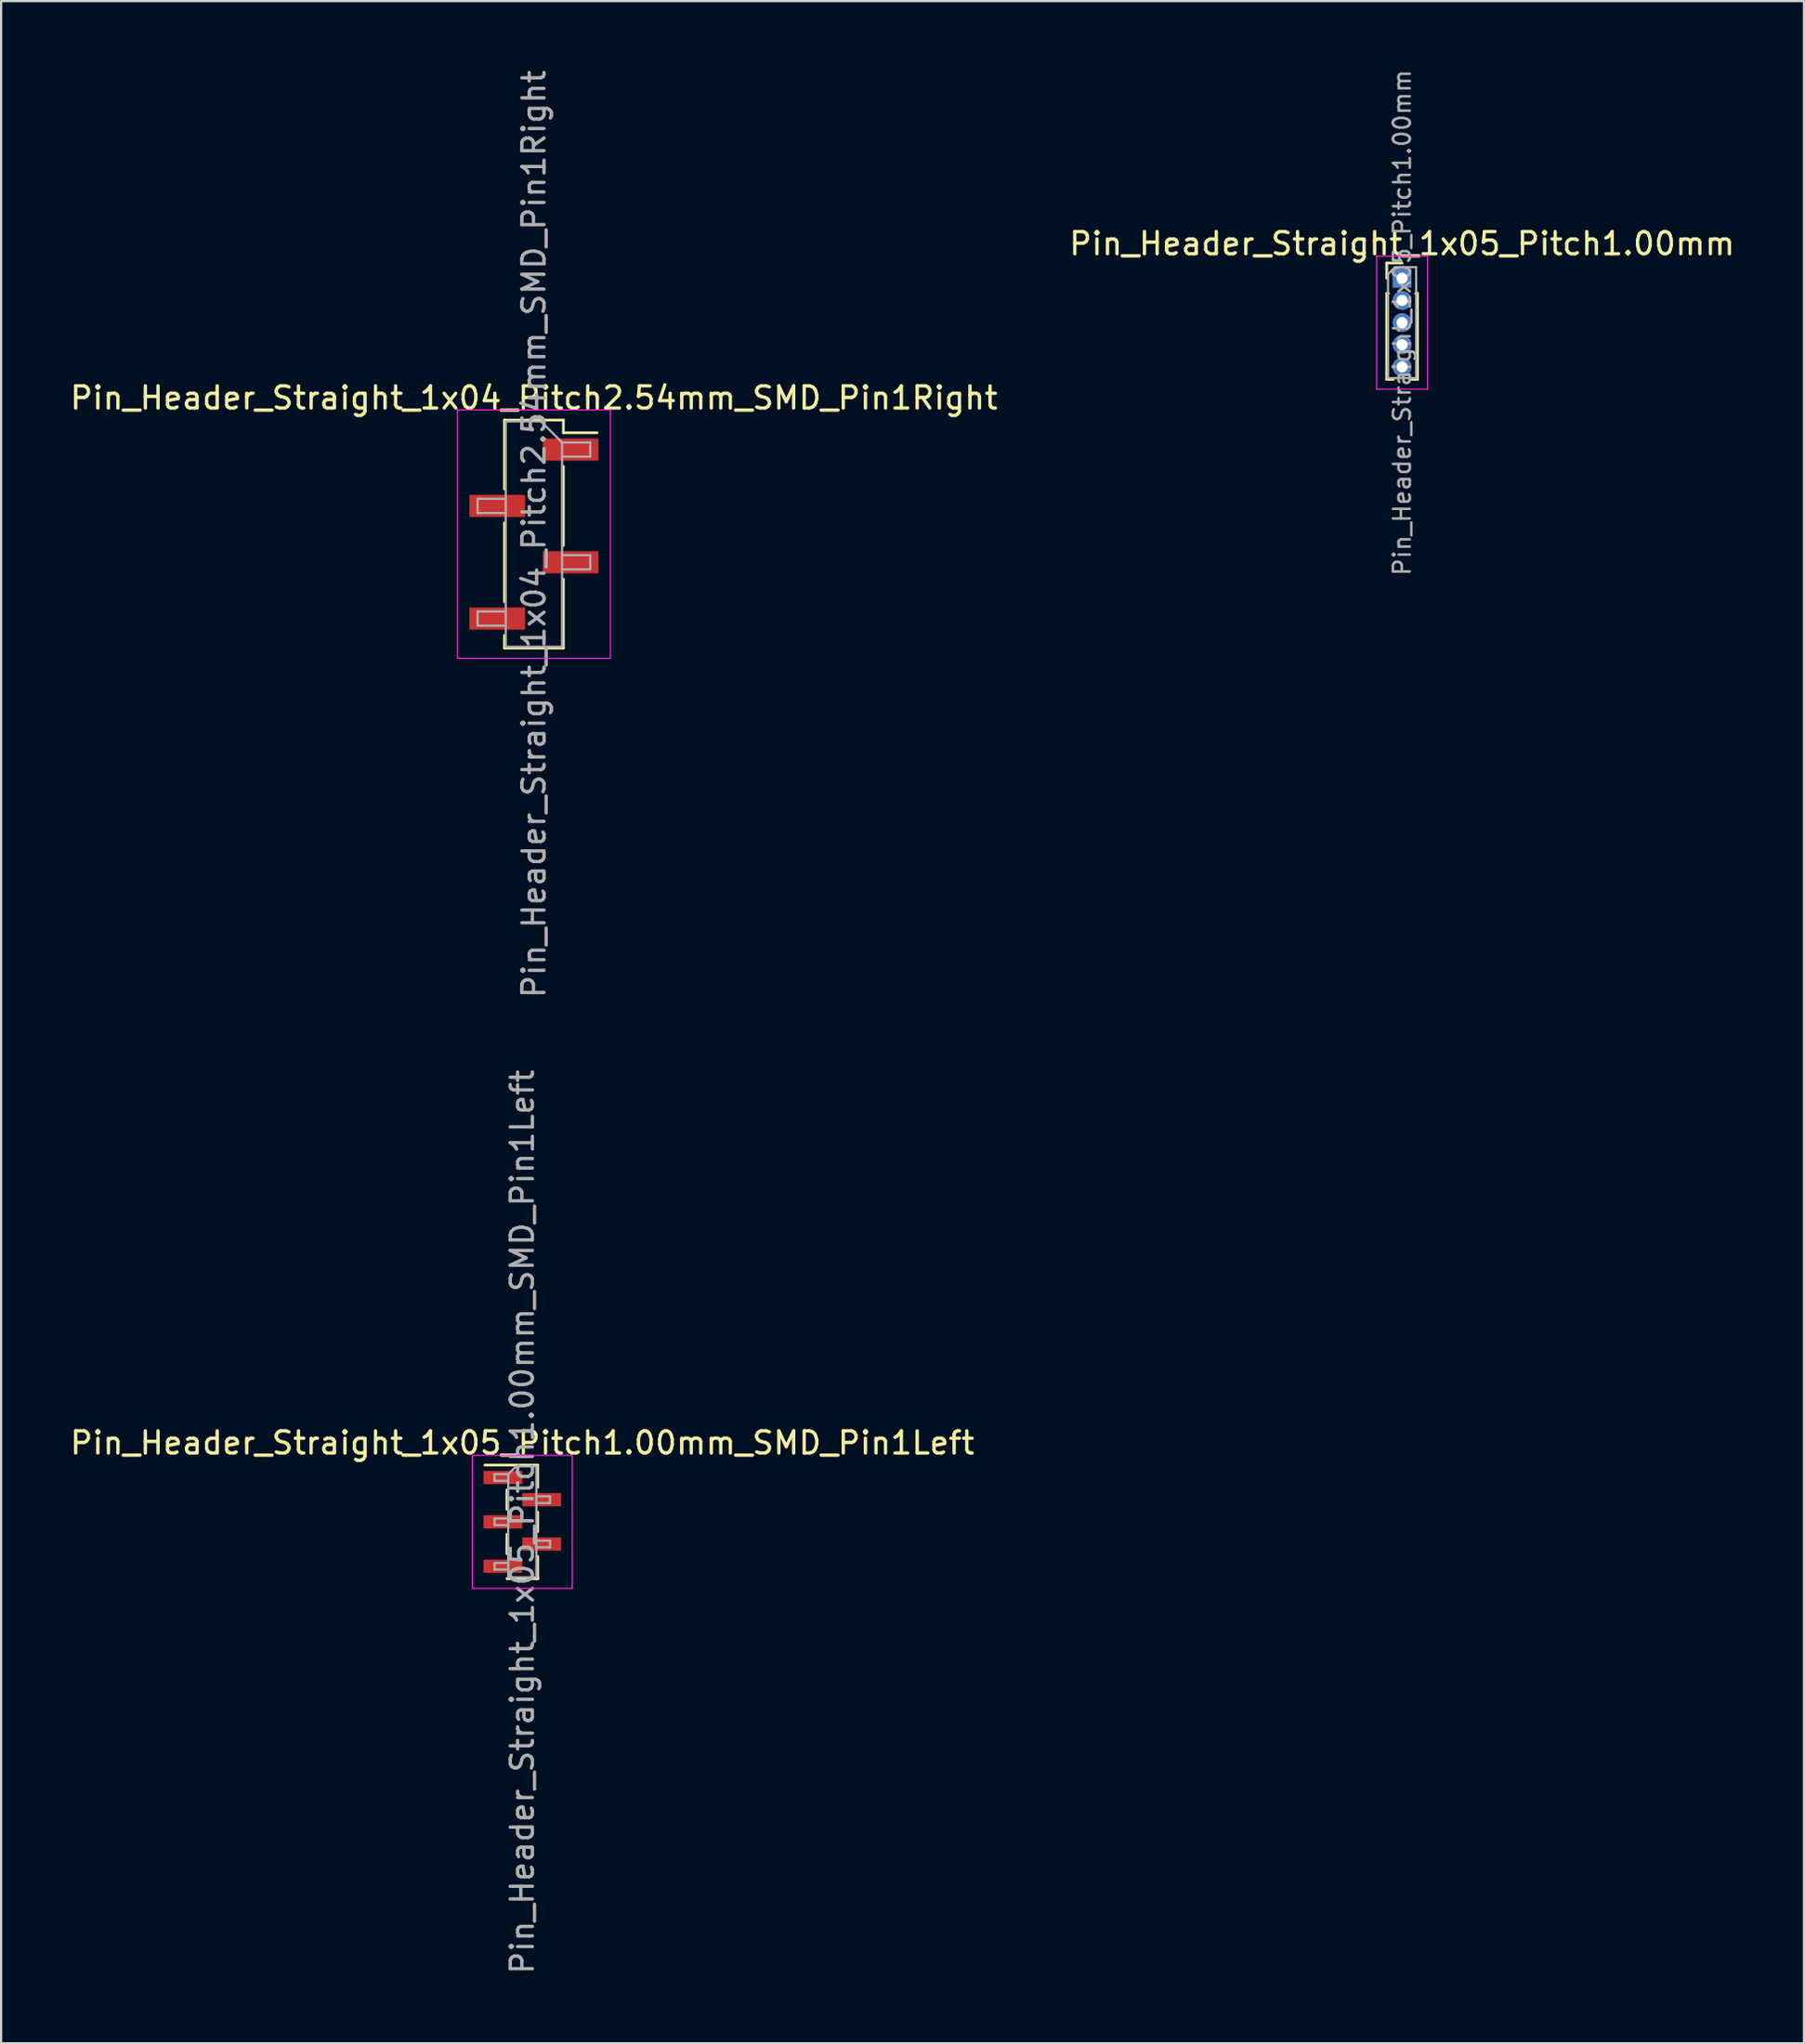
<source format=kicad_pcb>
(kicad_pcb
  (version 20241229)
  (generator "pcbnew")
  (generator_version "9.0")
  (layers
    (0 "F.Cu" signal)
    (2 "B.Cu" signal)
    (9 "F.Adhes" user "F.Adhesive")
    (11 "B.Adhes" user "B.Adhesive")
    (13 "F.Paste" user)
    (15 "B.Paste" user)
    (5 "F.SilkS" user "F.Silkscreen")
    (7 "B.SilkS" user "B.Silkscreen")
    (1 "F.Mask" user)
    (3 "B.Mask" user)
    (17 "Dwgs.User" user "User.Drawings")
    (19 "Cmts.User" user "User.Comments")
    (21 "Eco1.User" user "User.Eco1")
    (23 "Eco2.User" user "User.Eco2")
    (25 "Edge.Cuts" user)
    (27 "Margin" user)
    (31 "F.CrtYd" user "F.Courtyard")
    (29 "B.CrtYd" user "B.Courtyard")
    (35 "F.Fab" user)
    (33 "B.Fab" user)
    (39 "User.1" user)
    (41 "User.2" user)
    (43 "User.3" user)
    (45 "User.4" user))
  (footprint "Pin_Header_Straight_1x04_Pitch2.54mm_SMD_Pin1Right"
    (layer "F.Cu")
    (at 21.03 21.03)
    (property "Reference" "Pin_Header_Straight_1x04_Pitch2.54mm_SMD_Pin1Right" (at 0 -6.14 0) (layer "F.SilkS") (effects (font (size 1 1) (thickness 0.15))))
    (attr smd)
    (fp_line (start -1.33 -5.14) (end -1.33 -2.03) (stroke (width 0.12) (type solid)) (layer "F.SilkS"))
    (fp_line (start -1.33 -5.14) (end 1.33 -5.14) (stroke (width 0.12) (type solid)) (layer "F.SilkS"))
    (fp_line (start -1.33 -0.51) (end -1.33 3.05) (stroke (width 0.12) (type solid)) (layer "F.SilkS"))
    (fp_line (start -1.33 4.57) (end -1.33 5.14) (stroke (width 0.12) (type solid)) (layer "F.SilkS"))
    (fp_line (start -1.33 5.14) (end 1.33 5.14) (stroke (width 0.12) (type solid)) (layer "F.SilkS"))
    (fp_line (start 1.33 -5.14) (end 1.33 -4.57) (stroke (width 0.12) (type solid)) (layer "F.SilkS"))
    (fp_line (start 1.33 -4.57) (end 2.85 -4.57) (stroke (width 0.12) (type solid)) (layer "F.SilkS"))
    (fp_line (start 1.33 -3.05) (end 1.33 0.51) (stroke (width 0.12) (type solid)) (layer "F.SilkS"))
    (fp_line (start 1.33 2.03) (end 1.33 5.14) (stroke (width 0.12) (type solid)) (layer "F.SilkS"))
    (fp_line (start -3.45 -5.6) (end -3.45 5.6) (stroke (width 0.05) (type solid)) (layer "F.CrtYd"))
    (fp_line (start -3.45 5.6) (end 3.45 5.6) (stroke (width 0.05) (type solid)) (layer "F.CrtYd"))
    (fp_line (start 3.45 -5.6) (end -3.45 -5.6) (stroke (width 0.05) (type solid)) (layer "F.CrtYd"))
    (fp_line (start 3.45 5.6) (end 3.45 -5.6) (stroke (width 0.05) (type solid)) (layer "F.CrtYd"))
    (fp_line (start -2.54 -1.59) (end -2.54 -0.95) (stroke (width 0.1) (type solid)) (layer "F.Fab"))
    (fp_line (start -2.54 -0.95) (end -1.27 -0.95) (stroke (width 0.1) (type solid)) (layer "F.Fab"))
    (fp_line (start -2.54 3.49) (end -2.54 4.13) (stroke (width 0.1) (type solid)) (layer "F.Fab"))
    (fp_line (start -2.54 4.13) (end -1.27 4.13) (stroke (width 0.1) (type solid)) (layer "F.Fab"))
    (fp_line (start -1.27 -5.08) (end -1.27 5.08) (stroke (width 0.1) (type solid)) (layer "F.Fab"))
    (fp_line (start -1.27 -5.08) (end 0.32 -5.08) (stroke (width 0.1) (type solid)) (layer "F.Fab"))
    (fp_line (start -1.27 -1.59) (end -2.54 -1.59) (stroke (width 0.1) (type solid)) (layer "F.Fab"))
    (fp_line (start -1.27 3.49) (end -2.54 3.49) (stroke (width 0.1) (type solid)) (layer "F.Fab"))
    (fp_line (start 1.27 -4.13) (end 0.32 -5.08) (stroke (width 0.1) (type solid)) (layer "F.Fab"))
    (fp_line (start 1.27 -4.13) (end 2.54 -4.13) (stroke (width 0.1) (type solid)) (layer "F.Fab"))
    (fp_line (start 1.27 0.95) (end 2.54 0.95) (stroke (width 0.1) (type solid)) (layer "F.Fab"))
    (fp_line (start 1.27 5.08) (end -1.27 5.08) (stroke (width 0.1) (type solid)) (layer "F.Fab"))
    (fp_line (start 1.27 5.08) (end 1.27 -4.13) (stroke (width 0.1) (type solid)) (layer "F.Fab"))
    (fp_line (start 2.54 -4.13) (end 2.54 -3.49) (stroke (width 0.1) (type solid)) (layer "F.Fab"))
    (fp_line (start 2.54 -3.49) (end 1.27 -3.49) (stroke (width 0.1) (type solid)) (layer "F.Fab"))
    (fp_line (start 2.54 0.95) (end 2.54 1.59) (stroke (width 0.1) (type solid)) (layer "F.Fab"))
    (fp_line (start 2.54 1.59) (end 1.27 1.59) (stroke (width 0.1) (type solid)) (layer "F.Fab"))
    (fp_text user "${REFERENCE}" (at 0 0 90) (layer "F.Fab") (effects (font (size 1 1) (thickness 0.15))))
    (pad "1" smd rect (at 1.655 -3.81) (size 2.51 1) (layers "F.Cu" "F.Mask" "F.Paste"))
    (pad "2" smd rect (at -1.655 -1.27) (size 2.51 1) (layers "F.Cu" "F.Mask" "F.Paste"))
    (pad "3" smd rect (at 1.655 1.27) (size 2.51 1) (layers "F.Cu" "F.Mask" "F.Paste"))
    (pad "4" smd rect (at -1.655 3.81) (size 2.51 1) (layers "F.Cu" "F.Mask" "F.Paste")))
  (footprint "Pin_Header_Straight_1x05_Pitch1.00mm_SMD_Pin1Left"
    (layer "F.Cu")
    (at 20.506 65.565)
    (property "Reference" "Pin_Header_Straight_1x05_Pitch1.00mm_SMD_Pin1Left" (at 0 -3.56 0) (layer "F.SilkS") (effects (font (size 1 1) (thickness 0.15))))
    (attr smd)
    (fp_line (start -0.695 -2.56) (end -1.69 -2.56) (stroke (width 0.12) (type solid)) (layer "F.SilkS"))
    (fp_line (start -0.695 -2.56) (end -0.695 -2.56) (stroke (width 0.12) (type solid)) (layer "F.SilkS"))
    (fp_line (start -0.695 -2.56) (end 0.695 -2.56) (stroke (width 0.12) (type solid)) (layer "F.SilkS"))
    (fp_line (start -0.695 -1.44) (end -0.695 -0.56) (stroke (width 0.12) (type solid)) (layer "F.SilkS"))
    (fp_line (start -0.695 0.56) (end -0.695 1.44) (stroke (width 0.12) (type solid)) (layer "F.SilkS"))
    (fp_line (start -0.695 2.56) (end 0.695 2.56) (stroke (width 0.12) (type solid)) (layer "F.SilkS"))
    (fp_line (start 0.695 -2.56) (end 0.695 -1.56) (stroke (width 0.12) (type solid)) (layer "F.SilkS"))
    (fp_line (start 0.695 -0.44) (end 0.695 0.44) (stroke (width 0.12) (type solid)) (layer "F.SilkS"))
    (fp_line (start 0.695 1.56) (end 0.695 2.56) (stroke (width 0.12) (type solid)) (layer "F.SilkS"))
    (fp_line (start 0.695 2.56) (end 0.695 2.56) (stroke (width 0.12) (type solid)) (layer "F.SilkS"))
    (fp_line (start -2.25 -3) (end -2.25 3) (stroke (width 0.05) (type solid)) (layer "F.CrtYd"))
    (fp_line (start -2.25 3) (end 2.25 3) (stroke (width 0.05) (type solid)) (layer "F.CrtYd"))
    (fp_line (start 2.25 -3) (end -2.25 -3) (stroke (width 0.05) (type solid)) (layer "F.CrtYd"))
    (fp_line (start 2.25 3) (end 2.25 -3) (stroke (width 0.05) (type solid)) (layer "F.CrtYd"))
    (fp_line (start -1.25 -2.15) (end -1.25 -1.85) (stroke (width 0.1) (type solid)) (layer "F.Fab"))
    (fp_line (start -1.25 -1.85) (end -0.635 -1.85) (stroke (width 0.1) (type solid)) (layer "F.Fab"))
    (fp_line (start -1.25 -0.15) (end -1.25 0.15) (stroke (width 0.1) (type solid)) (layer "F.Fab"))
    (fp_line (start -1.25 0.15) (end -0.635 0.15) (stroke (width 0.1) (type solid)) (layer "F.Fab"))
    (fp_line (start -1.25 1.85) (end -1.25 2.15) (stroke (width 0.1) (type solid)) (layer "F.Fab"))
    (fp_line (start -1.25 2.15) (end -0.635 2.15) (stroke (width 0.1) (type solid)) (layer "F.Fab"))
    (fp_line (start -0.635 -2.15) (end -1.25 -2.15) (stroke (width 0.1) (type solid)) (layer "F.Fab"))
    (fp_line (start -0.635 -2.15) (end -0.285 -2.5) (stroke (width 0.1) (type solid)) (layer "F.Fab"))
    (fp_line (start -0.635 -0.15) (end -1.25 -0.15) (stroke (width 0.1) (type solid)) (layer "F.Fab"))
    (fp_line (start -0.635 1.85) (end -1.25 1.85) (stroke (width 0.1) (type solid)) (layer "F.Fab"))
    (fp_line (start -0.635 2.5) (end -0.635 -2.15) (stroke (width 0.1) (type solid)) (layer "F.Fab"))
    (fp_line (start -0.285 -2.5) (end 0.635 -2.5) (stroke (width 0.1) (type solid)) (layer "F.Fab"))
    (fp_line (start 0.635 -2.5) (end 0.635 2.5) (stroke (width 0.1) (type solid)) (layer "F.Fab"))
    (fp_line (start 0.635 -1.15) (end 1.25 -1.15) (stroke (width 0.1) (type solid)) (layer "F.Fab"))
    (fp_line (start 0.635 0.85) (end 1.25 0.85) (stroke (width 0.1) (type solid)) (layer "F.Fab"))
    (fp_line (start 0.635 2.5) (end -0.635 2.5) (stroke (width 0.1) (type solid)) (layer "F.Fab"))
    (fp_line (start 1.25 -1.15) (end 1.25 -0.85) (stroke (width 0.1) (type solid)) (layer "F.Fab"))
    (fp_line (start 1.25 -0.85) (end 0.635 -0.85) (stroke (width 0.1) (type solid)) (layer "F.Fab"))
    (fp_line (start 1.25 0.85) (end 1.25 1.15) (stroke (width 0.1) (type solid)) (layer "F.Fab"))
    (fp_line (start 1.25 1.15) (end 0.635 1.15) (stroke (width 0.1) (type solid)) (layer "F.Fab"))
    (fp_text user "${REFERENCE}" (at 0 0 90) (layer "F.Fab") (effects (font (size 1 1) (thickness 0.15))))
    (pad "1" smd rect (at -0.875 -2) (size 1.75 0.6) (layers "F.Cu" "F.Mask" "F.Paste"))
    (pad "2" smd rect (at 0.875 -1) (size 1.75 0.6) (layers "F.Cu" "F.Mask" "F.Paste"))
    (pad "3" smd rect (at -0.875 0) (size 1.75 0.6) (layers "F.Cu" "F.Mask" "F.Paste"))
    (pad "4" smd rect (at 0.875 1) (size 1.75 0.6) (layers "F.Cu" "F.Mask" "F.Paste"))
    (pad "5" smd rect (at -0.875 2) (size 1.75 0.6) (layers "F.Cu" "F.Mask" "F.Paste")))
  (footprint "Pin_Header_Straight_1x05_Pitch1.00mm"
    (layer "F.Cu")
    (at 60.185 9.495)
    (property "Reference" "Pin_Header_Straight_1x05_Pitch1.00mm" (at 0 -1.56 0) (layer "F.SilkS") (effects (font (size 1 1) (thickness 0.15))))
    (attr through_hole)
    (fp_line (start -0.695 -0.685) (end 0 -0.685) (stroke (width 0.12) (type solid)) (layer "F.SilkS"))
    (fp_line (start -0.695 0) (end -0.695 -0.685) (stroke (width 0.12) (type solid)) (layer "F.SilkS"))
    (fp_line (start -0.695 0.685) (end -0.695 4.56) (stroke (width 0.12) (type solid)) (layer "F.SilkS"))
    (fp_line (start -0.695 0.685) (end -0.608 0.685) (stroke (width 0.12) (type solid)) (layer "F.SilkS"))
    (fp_line (start -0.695 4.56) (end -0.394 4.56) (stroke (width 0.12) (type solid)) (layer "F.SilkS"))
    (fp_line (start 0.394 4.56) (end 0.695 4.56) (stroke (width 0.12) (type solid)) (layer "F.SilkS"))
    (fp_line (start 0.608 0.685) (end 0.695 0.685) (stroke (width 0.12) (type solid)) (layer "F.SilkS"))
    (fp_line (start 0.695 0.685) (end 0.695 4.56) (stroke (width 0.12) (type solid)) (layer "F.SilkS"))
    (fp_line (start -1.15 -1) (end -1.15 5) (stroke (width 0.05) (type solid)) (layer "F.CrtYd"))
    (fp_line (start -1.15 5) (end 1.15 5) (stroke (width 0.05) (type solid)) (layer "F.CrtYd"))
    (fp_line (start 1.15 -1) (end -1.15 -1) (stroke (width 0.05) (type solid)) (layer "F.CrtYd"))
    (fp_line (start 1.15 5) (end 1.15 -1) (stroke (width 0.05) (type solid)) (layer "F.CrtYd"))
    (fp_line (start -0.635 -0.182) (end -0.318 -0.5) (stroke (width 0.1) (type solid)) (layer "F.Fab"))
    (fp_line (start -0.635 4.5) (end -0.635 -0.182) (stroke (width 0.1) (type solid)) (layer "F.Fab"))
    (fp_line (start -0.318 -0.5) (end 0.635 -0.5) (stroke (width 0.1) (type solid)) (layer "F.Fab"))
    (fp_line (start 0.635 -0.5) (end 0.635 4.5) (stroke (width 0.1) (type solid)) (layer "F.Fab"))
    (fp_line (start 0.635 4.5) (end -0.635 4.5) (stroke (width 0.1) (type solid)) (layer "F.Fab"))
    (fp_text user "${REFERENCE}" (at 0 2 90) (layer "F.Fab") (effects (font (size 0.76 0.76) (thickness 0.114))))
    (pad "1" thru_hole rect (at 0 0) (size 0.85 0.85) (drill 0.5) (layers "*.Cu" "*.Mask"))
    (pad "2" thru_hole oval (at 0 1) (size 0.85 0.85) (drill 0.5) (layers "*.Cu" "*.Mask"))
    (pad "3" thru_hole oval (at 0 2) (size 0.85 0.85) (drill 0.5) (layers "*.Cu" "*.Mask"))
    (pad "4" thru_hole oval (at 0 3) (size 0.85 0.85) (drill 0.5) (layers "*.Cu" "*.Mask"))
    (pad "5" thru_hole oval (at 0 4) (size 0.85 0.85) (drill 0.5) (layers "*.Cu" "*.Mask")))
  (gr_rect
    (start -3 -3)
    (end 78.31 89.071)
    (stroke (width 0.1) (type default))
    (fill no)
    (layer "Edge.Cuts")))
</source>
